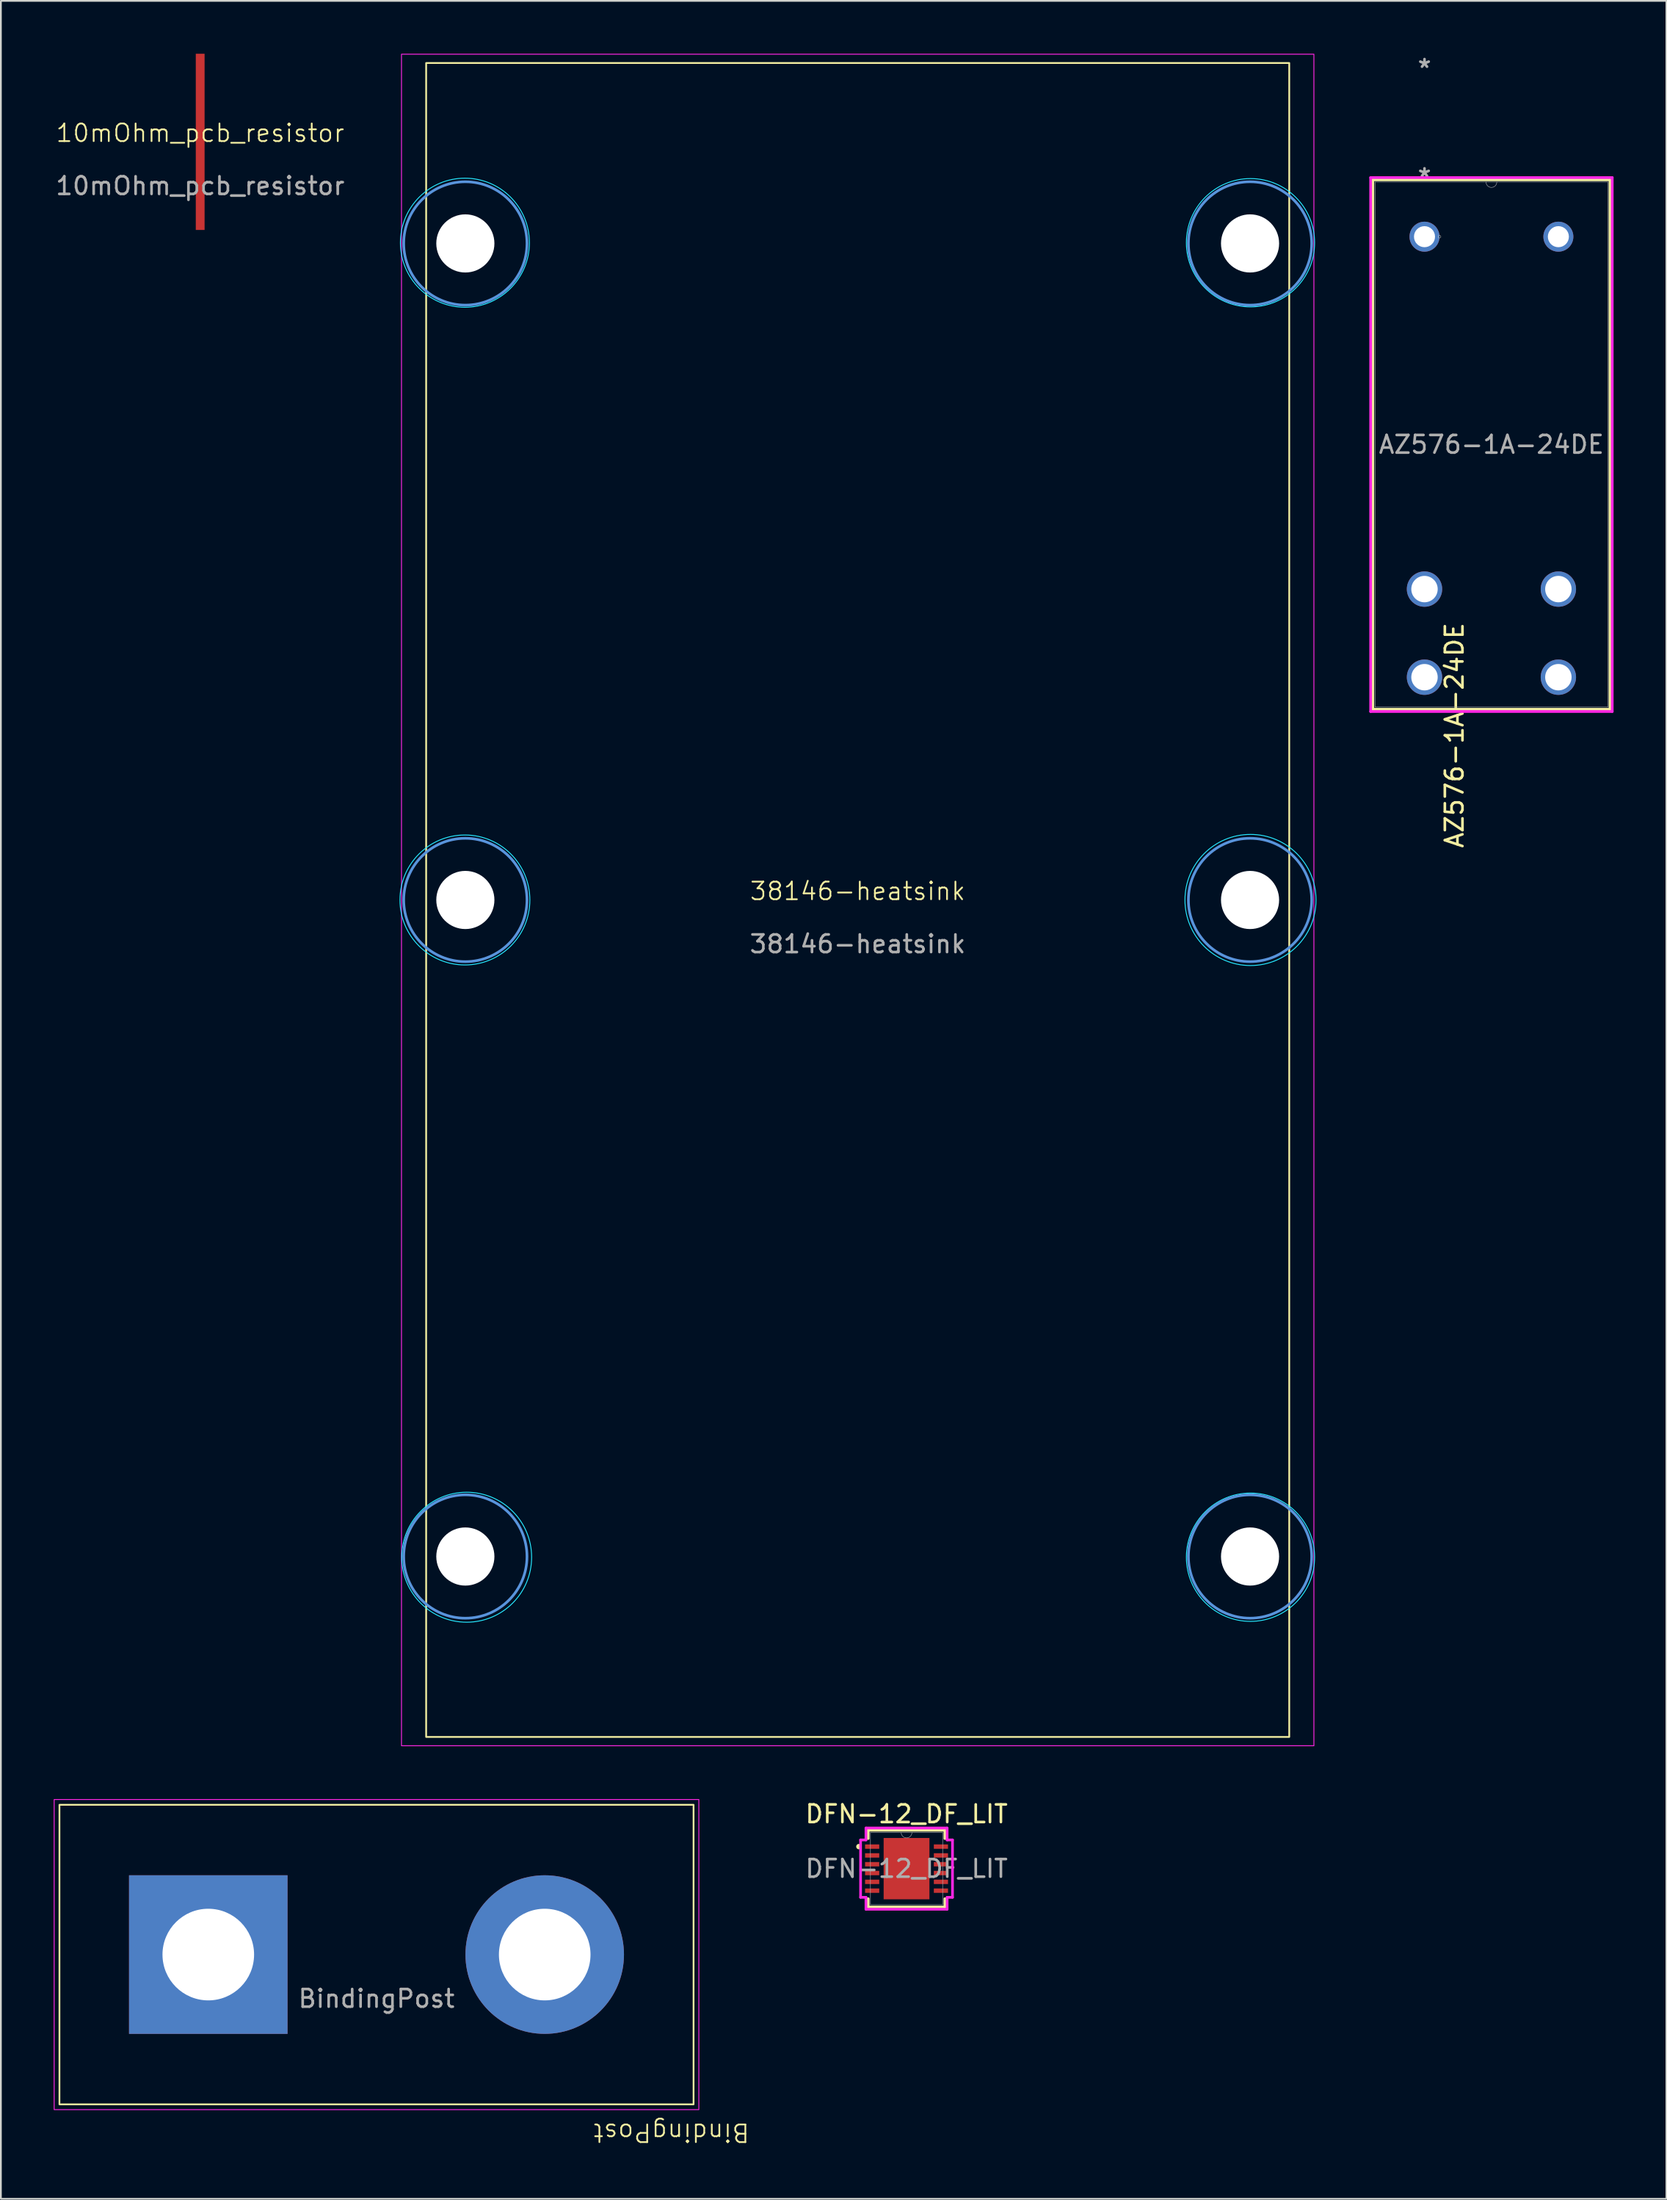
<source format=kicad_pcb>
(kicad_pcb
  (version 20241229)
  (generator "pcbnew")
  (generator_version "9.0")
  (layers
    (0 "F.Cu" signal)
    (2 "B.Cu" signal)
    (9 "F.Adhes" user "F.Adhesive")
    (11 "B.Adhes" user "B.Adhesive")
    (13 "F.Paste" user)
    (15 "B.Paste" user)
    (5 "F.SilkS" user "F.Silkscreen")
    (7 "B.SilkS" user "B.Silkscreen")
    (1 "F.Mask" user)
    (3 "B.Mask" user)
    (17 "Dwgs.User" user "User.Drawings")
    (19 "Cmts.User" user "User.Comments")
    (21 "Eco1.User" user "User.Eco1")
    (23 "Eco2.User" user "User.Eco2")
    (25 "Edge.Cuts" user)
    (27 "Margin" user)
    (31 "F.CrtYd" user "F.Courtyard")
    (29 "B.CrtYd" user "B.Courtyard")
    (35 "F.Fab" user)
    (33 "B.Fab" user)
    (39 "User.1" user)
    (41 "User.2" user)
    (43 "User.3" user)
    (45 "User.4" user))
  (footprint "AZ576-1A-24DE"
    (layer "F.Cu")
    (at 77.823 10.382)
    (property "Reference" "AZ576-1A-24DE" (at 1.7 28.297 90) (unlocked yes) (layer "F.SilkS") (effects (font (size 1 1) (thickness 0.15))))
    (attr through_hole)
    (fp_line (start -2.931 -3.227) (end -2.931 26.821) (stroke (width 0.152) (type solid)) (layer "F.SilkS"))
    (fp_line (start -2.931 26.821) (end 10.531 26.821) (stroke (width 0.152) (type solid)) (layer "F.SilkS"))
    (fp_line (start 10.531 -3.227) (end -2.931 -3.227) (stroke (width 0.152) (type solid)) (layer "F.SilkS"))
    (fp_line (start 10.531 26.821) (end 10.531 -3.227) (stroke (width 0.152) (type solid)) (layer "F.SilkS"))
    (fp_line (start -3.058 -3.354) (end 10.658 -3.354) (stroke (width 0.152) (type solid)) (layer "F.CrtYd"))
    (fp_line (start -3.058 26.948) (end -3.058 -3.354) (stroke (width 0.152) (type solid)) (layer "F.CrtYd"))
    (fp_line (start 10.658 -3.354) (end 10.658 26.948) (stroke (width 0.152) (type solid)) (layer "F.CrtYd"))
    (fp_line (start 10.658 26.948) (end -3.058 26.948) (stroke (width 0.152) (type solid)) (layer "F.CrtYd"))
    (fp_line (start -2.804 -3.1) (end -2.804 26.694) (stroke (width 0.025) (type solid)) (layer "F.Fab"))
    (fp_line (start -2.804 26.694) (end 10.404 26.694) (stroke (width 0.025) (type solid)) (layer "F.Fab"))
    (fp_line (start 10.404 -3.1) (end -2.804 -3.1) (stroke (width 0.025) (type solid)) (layer "F.Fab"))
    (fp_line (start 10.404 26.694) (end 10.404 -3.1) (stroke (width 0.025) (type solid)) (layer "F.Fab"))
    (fp_arc (start 4.1048 -3.099999) (mid 3.8 -2.795199) (end 3.4952 -3.099999) (stroke (width 0.0254) (type solid)) (layer "F.Fab"))
    (fp_circle (center 0.851 0) (end 0.927 0) (stroke (width 0.025) (type solid)) (fill no) (layer "F.Fab"))
    (fp_text user "*" (at 0 -9.533 0) (unlocked yes) (layer "F.Fab") (effects (font (size 1 1) (thickness 0.15))))
    (fp_text user "*" (at 0 -3.333 0) (unlocked yes) (layer "F.Fab") (effects (font (size 1 1) (thickness 0.15))))
    (fp_text user "${REFERENCE}" (at 3.8 11.797 0) (unlocked yes) (layer "F.Fab") (effects (font (size 1 1) (thickness 0.15))))
    (pad "1" thru_hole circle (at 0 0) (size 1.702 1.702) (drill 1.194) (layers "*.Cu" "*.Mask"))
    (pad "2" thru_hole circle (at 7.6 0) (size 1.702 1.702) (drill 1.194) (layers "*.Cu" "*.Mask"))
    (pad "4" thru_hole circle (at 0 20) (size 2.007 2.007) (drill 1.499) (layers "*.Cu" "*.Mask"))
    (pad "4" thru_hole circle (at 7.6 20) (size 2.007 2.007) (drill 1.499) (layers "*.Cu" "*.Mask"))
    (pad "5" thru_hole circle (at 0 25) (size 2.007 2.007) (drill 1.499) (layers "*.Cu" "*.Mask"))
    (pad "5" thru_hole circle (at 7.6 25) (size 2.007 2.007) (drill 1.499) (layers "*.Cu" "*.Mask")))
  (footprint "DFN-12_DF_LIT"
    (layer "F.Cu")
    (at 48.417 102.998)
    (property "Reference" "DFN-12_DF_LIT" (at 0 -3.1 0) (unlocked yes) (layer "F.SilkS") (effects (font (size 1 1) (thickness 0.15))))
    (attr smd)
    (fp_line (start -2.177 -2.177) (end -2.177 -1.707) (stroke (width 0.152) (type solid)) (layer "F.SilkS"))
    (fp_line (start -2.177 1.707) (end -2.177 2.177) (stroke (width 0.152) (type solid)) (layer "F.SilkS"))
    (fp_line (start -2.177 2.177) (end 2.177 2.177) (stroke (width 0.152) (type solid)) (layer "F.SilkS"))
    (fp_line (start 2.177 -2.177) (end -2.177 -2.177) (stroke (width 0.152) (type solid)) (layer "F.SilkS"))
    (fp_line (start 2.177 -1.707) (end 2.177 -2.177) (stroke (width 0.152) (type solid)) (layer "F.SilkS"))
    (fp_line (start 2.177 2.177) (end 2.177 1.707) (stroke (width 0.152) (type solid)) (layer "F.SilkS"))
    (fp_arc (start -2.687539 -1.176171) (mid -2.7826 -1.25) (end -2.687539 -1.323829) (stroke (width 0.1524) (type solid)) (layer "F.SilkS"))
    (fp_poly (pts (xy -1.275 -1.64) (xy -1.275 -0.1) (xy -0.1 -0.1) (xy -0.1 -1.64)) (stroke (width 0) (type solid)) (fill yes) (layer "F.Paste"))
    (fp_poly (pts (xy -1.275 0.1) (xy -1.275 1.64) (xy -0.1 1.64) (xy -0.1 0.1)) (stroke (width 0) (type solid)) (fill yes) (layer "F.Paste"))
    (fp_poly (pts (xy 0.1 -1.64) (xy 0.1 -0.1) (xy 1.275 -0.1) (xy 1.275 -1.64)) (stroke (width 0) (type solid)) (fill yes) (layer "F.Paste"))
    (fp_poly (pts (xy 0.1 0.1) (xy 0.1 1.64) (xy 1.275 1.64) (xy 1.275 0.1)) (stroke (width 0) (type solid)) (fill yes) (layer "F.Paste"))
    (fp_line (start -2.609 -1.629) (end -2.304 -1.629) (stroke (width 0.152) (type solid)) (layer "F.CrtYd"))
    (fp_line (start -2.609 1.629) (end -2.609 -1.629) (stroke (width 0.152) (type solid)) (layer "F.CrtYd"))
    (fp_line (start -2.609 1.629) (end -2.304 1.629) (stroke (width 0.152) (type solid)) (layer "F.CrtYd"))
    (fp_line (start -2.304 -2.304) (end 2.304 -2.304) (stroke (width 0.152) (type solid)) (layer "F.CrtYd"))
    (fp_line (start -2.304 -1.629) (end -2.304 -2.304) (stroke (width 0.152) (type solid)) (layer "F.CrtYd"))
    (fp_line (start -2.304 2.304) (end -2.304 1.629) (stroke (width 0.152) (type solid)) (layer "F.CrtYd"))
    (fp_line (start 2.304 -2.304) (end 2.304 -1.629) (stroke (width 0.152) (type solid)) (layer "F.CrtYd"))
    (fp_line (start 2.304 1.629) (end 2.304 2.304) (stroke (width 0.152) (type solid)) (layer "F.CrtYd"))
    (fp_line (start 2.304 2.304) (end -2.304 2.304) (stroke (width 0.152) (type solid)) (layer "F.CrtYd"))
    (fp_line (start 2.609 -1.629) (end 2.304 -1.629) (stroke (width 0.152) (type solid)) (layer "F.CrtYd"))
    (fp_line (start 2.609 -1.629) (end 2.609 1.629) (stroke (width 0.152) (type solid)) (layer "F.CrtYd"))
    (fp_line (start 2.609 1.629) (end 2.304 1.629) (stroke (width 0.152) (type solid)) (layer "F.CrtYd"))
    (fp_line (start -2.05 -2.05) (end -2.05 2.05) (stroke (width 0.025) (type solid)) (layer "F.Fab"))
    (fp_line (start -2.05 2.05) (end 2.05 2.05) (stroke (width 0.025) (type solid)) (layer "F.Fab"))
    (fp_line (start 2.05 -2.05) (end -2.05 -2.05) (stroke (width 0.025) (type solid)) (layer "F.Fab"))
    (fp_line (start 2.05 2.05) (end 2.05 -2.05) (stroke (width 0.025) (type solid)) (layer "F.Fab"))
    (fp_arc (start 0.3048 -2.05) (mid 0 -1.7452) (end -0.3048 -2.05) (stroke (width 0.0254) (type solid)) (layer "F.Fab"))
    (fp_text user "${REFERENCE}" (at 0 0 0) (unlocked yes) (layer "F.Fab") (effects (font (size 1 1) (thickness 0.15))))
    (pad "1" smd rect (at -1.952 -1.25) (size 0.805 0.249) (layers "F.Cu" "F.Mask" "F.Paste"))
    (pad "2" smd rect (at -1.952 -0.75) (size 0.805 0.249) (layers "F.Cu" "F.Mask" "F.Paste"))
    (pad "3" smd rect (at -1.952 -0.25) (size 0.805 0.249) (layers "F.Cu" "F.Mask" "F.Paste"))
    (pad "4" smd rect (at -1.952 0.25) (size 0.805 0.249) (layers "F.Cu" "F.Mask" "F.Paste"))
    (pad "5" smd rect (at -1.952 0.75) (size 0.805 0.249) (layers "F.Cu" "F.Mask" "F.Paste"))
    (pad "6" smd rect (at -1.952 1.25) (size 0.805 0.249) (layers "F.Cu" "F.Mask" "F.Paste"))
    (pad "7" smd rect (at 1.952 1.25) (size 0.805 0.249) (layers "F.Cu" "F.Mask" "F.Paste"))
    (pad "8" smd rect (at 1.952 0.75) (size 0.805 0.249) (layers "F.Cu" "F.Mask" "F.Paste"))
    (pad "9" smd rect (at 1.952 0.25) (size 0.805 0.249) (layers "F.Cu" "F.Mask" "F.Paste"))
    (pad "10" smd rect (at 1.952 -0.25) (size 0.805 0.249) (layers "F.Cu" "F.Mask" "F.Paste"))
    (pad "11" smd rect (at 1.952 -0.75) (size 0.805 0.249) (layers "F.Cu" "F.Mask" "F.Paste"))
    (pad "12" smd rect (at 1.952 -1.25) (size 0.805 0.249) (layers "F.Cu" "F.Mask" "F.Paste"))
    (pad "13" smd rect (at 0 0) (size 2.6 3.48) (layers "F.Cu" "F.Mask" "F.Paste")))
  (footprint "BindingPost"
    (layer "F.Cu")
    (at 18.325 107.875)
    (property "Reference" "BindingPost" (at 16.75 10.1 180) (unlocked yes) (layer "F.SilkS") (effects (font (size 1 1) (thickness 0.1))))
    (attr smd)
    (fp_rect (start -18 -8.5) (end 18 8.5) (stroke (width 0.1) (type default)) (fill no) (layer "F.SilkS"))
    (fp_rect (start -18.3 -8.8) (end 18.3 8.8) (stroke (width 0.05) (type default)) (fill no) (layer "F.CrtYd"))
    (fp_text user "${REFERENCE}" (at 0 2.5 0) (unlocked yes) (layer "F.Fab") (effects (font (size 1 1) (thickness 0.15))))
    (pad "1" thru_hole rect (at -9.55 0) (size 9 9) (drill 5.2) (layers "*.Cu" "*.Mask"))
    (pad "2" thru_hole circle (at 9.55 0) (size 9 9) (drill 5.2) (layers "*.Cu" "*.Mask")))
  (footprint "38146-heatsink"
    (layer "F.Cu")
    (at 45.644 48.025)
    (property "Reference" "38146-heatsink" (at 0 -0.5 0) (unlocked yes) (layer "F.SilkS") (effects (font (size 1 1) (thickness 0.1))))
    (attr through_hole)
    (fp_rect (start -24.5 -47.5) (end 24.5 47.5) (stroke (width 0.1) (type default)) (fill no) (layer "F.SilkS"))
    (fp_circle (center -22.275 -37.26) (end -18.775 -37.26) (stroke (width 0.15) (type solid)) (fill no) (layer "Cmts.User"))
    (fp_circle (center -22.275 0) (end -18.775 0) (stroke (width 0.15) (type solid)) (fill no) (layer "Cmts.User"))
    (fp_circle (center -22.275 37.26) (end -18.775 37.26) (stroke (width 0.15) (type solid)) (fill no) (layer "Cmts.User"))
    (fp_circle (center 22.275 -37.26) (end 25.775 -37.26) (stroke (width 0.15) (type solid)) (fill no) (layer "Cmts.User"))
    (fp_circle (center 22.275 0) (end 25.775 0) (stroke (width 0.15) (type solid)) (fill no) (layer "Cmts.User"))
    (fp_circle (center 22.275 37.26) (end 25.775 37.26) (stroke (width 0.15) (type solid)) (fill no) (layer "Cmts.User"))
    (fp_circle (center -22.3 -37.3) (end -19.3 -35.2) (stroke (width 0.05) (type default)) (fill no) (layer "B.CrtYd"))
    (fp_circle (center -22.3 0) (end -19.5 2.4) (stroke (width 0.05) (type default)) (fill no) (layer "B.CrtYd"))
    (fp_circle (center -22.2 37.3) (end -19.4 39.7) (stroke (width 0.05) (type default)) (fill no) (layer "B.CrtYd"))
    (fp_circle (center 22.3 -37.3) (end 24.5 -34.4) (stroke (width 0.05) (type default)) (fill no) (layer "B.CrtYd"))
    (fp_circle (center 22.3 0) (end 25.3 2.2) (stroke (width 0.05) (type default)) (fill no) (layer "B.CrtYd"))
    (fp_circle (center 22.3 37.3) (end 25.2 39.5) (stroke (width 0.05) (type default)) (fill no) (layer "B.CrtYd"))
    (fp_rect (start -25.9 -48) (end 25.9 48) (stroke (width 0.05) (type default)) (fill no) (layer "F.CrtYd"))
    (fp_text user "${REFERENCE}" (at 0 2.5 0) (unlocked yes) (layer "F.Fab") (effects (font (size 1 1) (thickness 0.15))))
    (pad "" np_thru_hole circle (at -22.275 -37.26) (size 3.3 3.3) (drill 3.3) (layers "*.Cu" "*.Mask"))
    (pad "" np_thru_hole circle (at -22.275 0) (size 3.3 3.3) (drill 3.3) (layers "*.Cu" "*.Mask"))
    (pad "" np_thru_hole circle (at -22.275 37.26) (size 3.3 3.3) (drill 3.3) (layers "*.Cu" "*.Mask"))
    (pad "" np_thru_hole circle (at 22.275 -37.26) (size 3.3 3.3) (drill 3.3) (layers "*.Cu" "*.Mask"))
    (pad "" np_thru_hole circle (at 22.275 0) (size 3.3 3.3) (drill 3.3) (layers "*.Cu" "*.Mask"))
    (pad "" np_thru_hole circle (at 22.275 37.26) (size 3.3 3.3) (drill 3.3) (layers "*.Cu" "*.Mask")))
  (footprint "10mOhm_pcb_resistor"
    (layer "F.Cu")
    (at 8.315 5)
    (property "Reference" "10mOhm_pcb_resistor" (at 0 -0.5 0) (unlocked yes) (layer "F.SilkS") (effects (font (size 1 1) (thickness 0.1))))
    (attr smd)
    (fp_text user "${REFERENCE}" (at 0 2.5 0) (unlocked yes) (layer "F.Fab") (effects (font (size 1 1) (thickness 0.15))))
    (pad "1" smd rect (at 0 0) (size 0.5 10) (layers "F.Cu")))
  (gr_rect
    (start -3 -3)
    (end 91.557 121.736)
    (stroke (width 0.1) (type default))
    (fill no)
    (layer "Edge.Cuts")))
</source>
